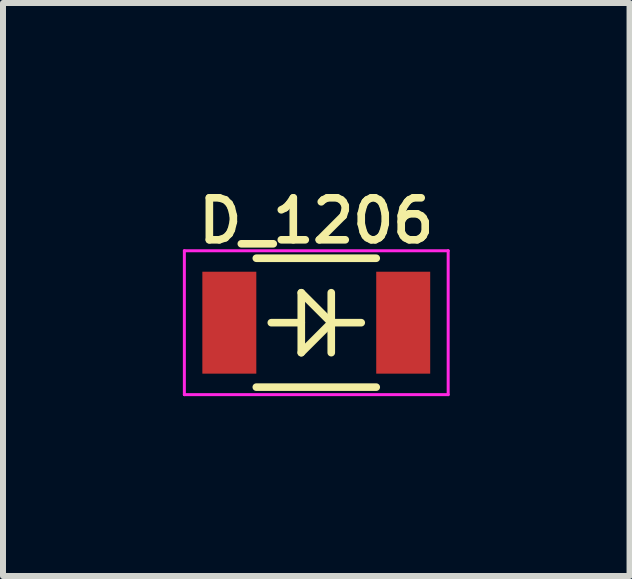
<source format=kicad_pcb>
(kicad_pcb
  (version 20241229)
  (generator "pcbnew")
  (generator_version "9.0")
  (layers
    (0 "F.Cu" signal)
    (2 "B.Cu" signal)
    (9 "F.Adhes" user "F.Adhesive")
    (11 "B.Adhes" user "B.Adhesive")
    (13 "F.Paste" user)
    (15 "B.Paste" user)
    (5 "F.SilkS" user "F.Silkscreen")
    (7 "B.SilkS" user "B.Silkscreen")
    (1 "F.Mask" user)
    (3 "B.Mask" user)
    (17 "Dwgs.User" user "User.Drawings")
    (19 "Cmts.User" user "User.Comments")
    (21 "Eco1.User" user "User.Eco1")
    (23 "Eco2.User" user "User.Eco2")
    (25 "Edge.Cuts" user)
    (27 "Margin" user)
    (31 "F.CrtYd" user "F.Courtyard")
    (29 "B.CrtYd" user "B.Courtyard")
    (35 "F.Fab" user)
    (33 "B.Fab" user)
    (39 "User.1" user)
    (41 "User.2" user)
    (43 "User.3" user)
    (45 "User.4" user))
  (footprint "D_1206"
    (layer "F.Cu")
    (at 2.225 2.332)
    (property "Reference" "D_1206" (at 0 -1.7 0) (layer "F.SilkS") (effects (font (size 0.7 0.7) (thickness 0.127))))
    (attr smd)
    (fp_line (start -1 -1.075) (end 1 -1.075) (stroke (width 0.127) (type solid)) (layer "F.SilkS"))
    (fp_line (start -0.75 0) (end -0.25 0) (stroke (width 0.127) (type solid)) (layer "F.SilkS"))
    (fp_line (start -0.25 -0.5) (end 0.25 0) (stroke (width 0.127) (type solid)) (layer "F.SilkS"))
    (fp_line (start -0.25 0.5) (end -0.25 -0.5) (stroke (width 0.127) (type solid)) (layer "F.SilkS"))
    (fp_line (start 0.25 -0.5) (end 0.25 0.5) (stroke (width 0.127) (type solid)) (layer "F.SilkS"))
    (fp_line (start 0.25 0) (end -0.25 0.5) (stroke (width 0.127) (type solid)) (layer "F.SilkS"))
    (fp_line (start 0.25 0) (end 0.75 0) (stroke (width 0.127) (type solid)) (layer "F.SilkS"))
    (fp_line (start 1 1.075) (end -1 1.075) (stroke (width 0.127) (type solid)) (layer "F.SilkS"))
    (fp_line (start -2.2 -1.2) (end -2.2 1.2) (stroke (width 0.05) (type solid)) (layer "F.CrtYd"))
    (fp_line (start -2.2 -1.2) (end 2.2 -1.2) (stroke (width 0.05) (type solid)) (layer "F.CrtYd"))
    (fp_line (start -2.2 1.2) (end 2.2 1.2) (stroke (width 0.05) (type solid)) (layer "F.CrtYd"))
    (fp_line (start 2.2 -1.2) (end 2.2 1.2) (stroke (width 0.05) (type solid)) (layer "F.CrtYd"))
    (pad "1" smd rect (at -1.45 0) (size 0.9 1.7) (layers "F.Cu" "F.Mask" "F.Paste"))
    (pad "2" smd rect (at 1.45 0) (size 0.9 1.7) (layers "F.Cu" "F.Mask" "F.Paste")))
  (gr_rect
    (start -3 -3)
    (end 7.45 6.557)
    (stroke (width 0.1) (type default))
    (fill no)
    (layer "Edge.Cuts")))
</source>
